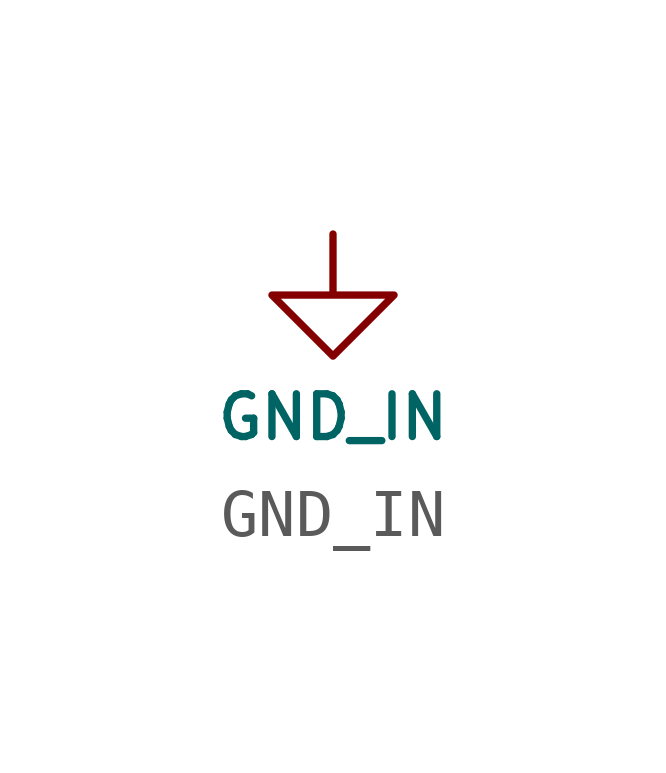
<source format=kicad_sym>
(kicad_symbol_lib
  (version 20241209)
  (generator "kicad_symbol_editor")
  (generator_version "9.0")
  (symbol "GND_IN"
    (power)
    (pin_names
      (offset 0))
    (property "Reference" "#PWR"
      (at 0 -6.35 0)
      (effects (font (size 1.27 1.27)) (hide yes)))
    (property "Value" "GND_IN"
      (at 0 -3.81 0)
      (effects (font (size 0.889 0.889))))
    (symbol "GND_IN_0_1"
      (polyline (pts (xy 0 0) (xy 0 -1.27) (xy 1.27 -1.27) (xy 0 -2.54) (xy -1.27 -1.27) (xy 0 -1.27)) (stroke (width 0) (type default)) (fill (type none))))
    (symbol "GND_IN_1_1"
      (pin power_in line (at 0 0 270) (length 0) (hide yes) (name "GND_IN" (effects (font (size 1.27 1.27)))) (number "1" (effects (font (size 1.27 1.27))))))))
</source>
